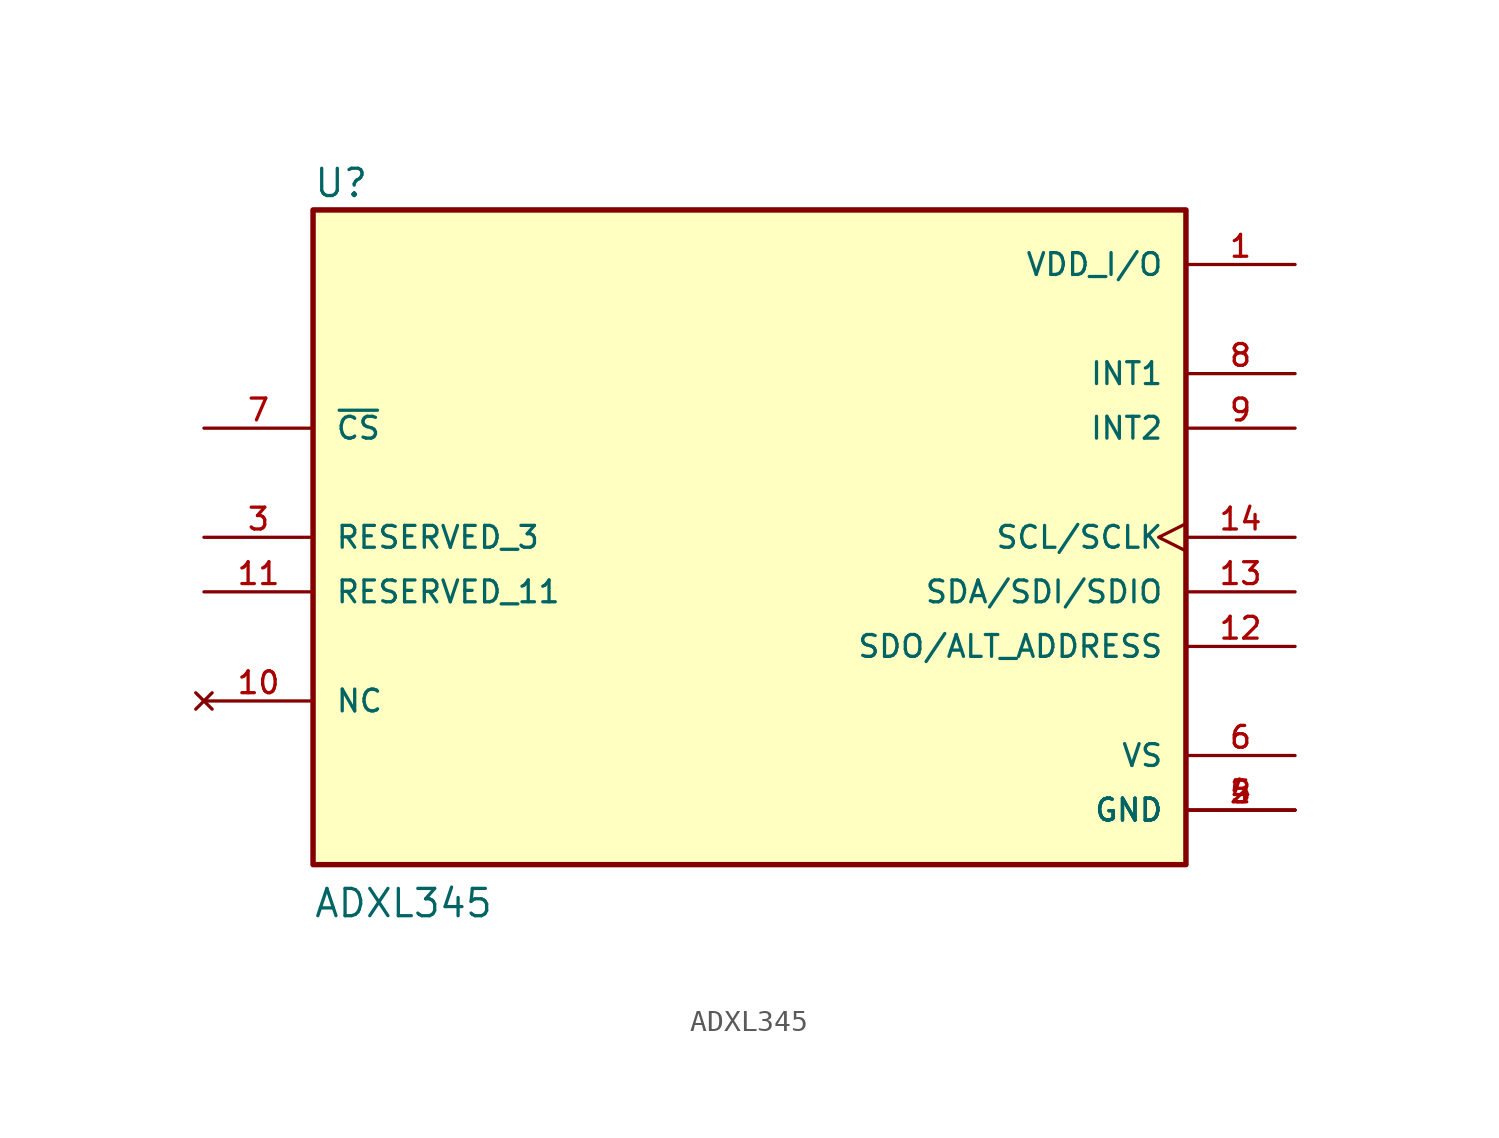
<source format=kicad_sym>
(kicad_symbol_lib
  (version 20211014)
  (generator kicad_symbol_editor)
  (symbol "ADXL345"
    (pin_names
      (offset 1.016))
    (property "Reference" "U"
      (at -20.32 15.748 0.0)
      (effects (font (size 1.27 1.27)) (justify bottom left)))
    (property "Value" "ADXL345"
      (at -20.32 -17.78 0.0)
      (effects (font (size 1.27 1.27)) (justify bottom left)))
    (symbol "ADXL345_0_0"
      (rectangle (start -20.32 -15.24) (end 20.32 15.24) (stroke (width 0.254)) (fill (type background)))
      (pin power_in line (at 25.4 12.7 180.0) (length 5.08) (name "VDD_I/O" (effects (font (size 1.016 1.016)))) (number "1" (effects (font (size 1.016 1.016)))))
      (pin power_in line (at 25.4 -10.16 180.0) (length 5.08) (name "VS" (effects (font (size 1.016 1.016)))) (number "6" (effects (font (size 1.016 1.016)))))
      (pin output line (at 25.4 7.62 180.0) (length 5.08) (name "INT1" (effects (font (size 1.016 1.016)))) (number "8" (effects (font (size 1.016 1.016)))))
      (pin output line (at 25.4 5.08 180.0) (length 5.08) (name "INT2" (effects (font (size 1.016 1.016)))) (number "9" (effects (font (size 1.016 1.016)))))
      (pin input line (at -25.4 5.08 0) (length 5.08) (name "~{CS}" (effects (font (size 1.016 1.016)))) (number "7" (effects (font (size 1.016 1.016)))))
      (pin bidirectional clock (at 25.4 0.0 180.0) (length 5.08) (name "SCL/SCLK" (effects (font (size 1.016 1.016)))) (number "14" (effects (font (size 1.016 1.016)))))
      (pin power_in line (at 25.4 -12.7 180.0) (length 5.08) (name "GND" (effects (font (size 1.016 1.016)))) (number "2" (effects (font (size 1.016 1.016)))))
      (pin power_in line (at 25.4 -12.7 180.0) (length 5.08) (name "GND" (effects (font (size 1.016 1.016)))) (number "4" (effects (font (size 1.016 1.016)))))
      (pin power_in line (at 25.4 -12.7 180.0) (length 5.08) (name "GND" (effects (font (size 1.016 1.016)))) (number "5" (effects (font (size 1.016 1.016)))))
      (pin no_connect line (at -25.4 -7.62 0) (length 5.08) (name "NC" (effects (font (size 1.016 1.016)))) (number "10" (effects (font (size 1.016 1.016)))))
      (pin output line (at 25.4 -5.08 180.0) (length 5.08) (name "SDO/ALT_ADDRESS" (effects (font (size 1.016 1.016)))) (number "12" (effects (font (size 1.016 1.016)))))
      (pin bidirectional line (at 25.4 -2.54 180.0) (length 5.08) (name "SDA/SDI/SDIO" (effects (font (size 1.016 1.016)))) (number "13" (effects (font (size 1.016 1.016)))))
      (pin passive line (at -25.4 -2.54 0) (length 5.08) (name "RESERVED_11" (effects (font (size 1.016 1.016)))) (number "11" (effects (font (size 1.016 1.016)))))
      (pin passive line (at -25.4 0.0 0) (length 5.08) (name "RESERVED_3" (effects (font (size 1.016 1.016)))) (number "3" (effects (font (size 1.016 1.016))))))))
</source>
